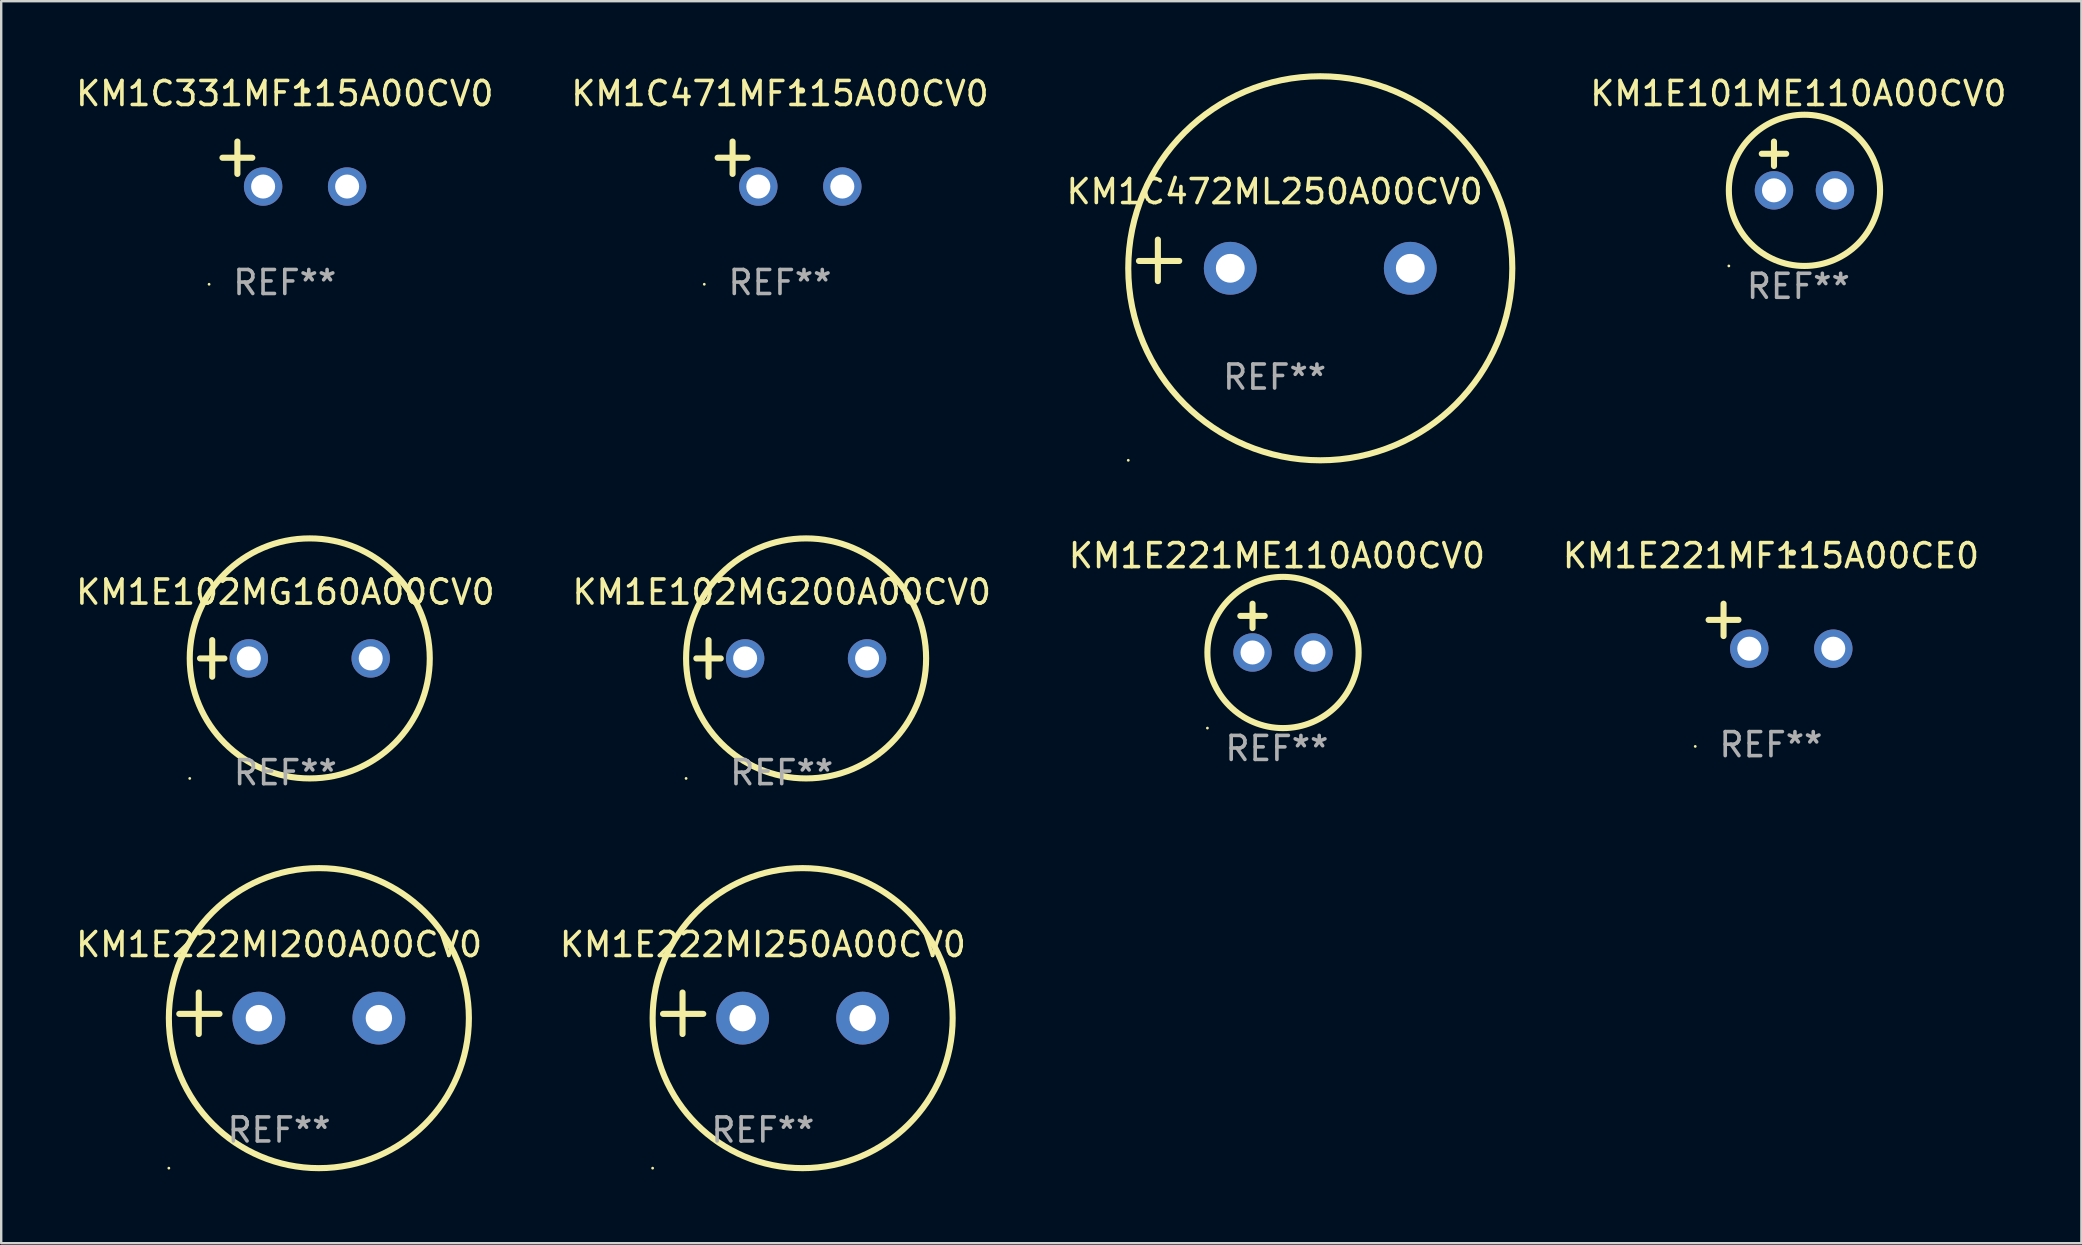
<source format=kicad_pcb>
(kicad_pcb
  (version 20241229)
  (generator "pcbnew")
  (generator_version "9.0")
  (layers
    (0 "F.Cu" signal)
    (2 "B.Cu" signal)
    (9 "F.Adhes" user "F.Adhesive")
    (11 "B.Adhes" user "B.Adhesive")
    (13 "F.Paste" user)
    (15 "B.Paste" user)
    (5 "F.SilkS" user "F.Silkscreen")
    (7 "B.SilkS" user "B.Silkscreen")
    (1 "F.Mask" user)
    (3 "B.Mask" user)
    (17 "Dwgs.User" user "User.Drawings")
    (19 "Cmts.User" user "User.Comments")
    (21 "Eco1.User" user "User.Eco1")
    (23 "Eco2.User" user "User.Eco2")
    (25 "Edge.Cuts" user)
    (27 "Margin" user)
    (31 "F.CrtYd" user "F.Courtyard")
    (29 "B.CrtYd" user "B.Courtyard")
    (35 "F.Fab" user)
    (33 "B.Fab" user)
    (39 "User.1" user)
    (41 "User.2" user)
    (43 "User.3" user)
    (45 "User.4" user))
  (footprint "KM1C472ML250A00CV0"
    (layer "F.Cu")
    (at 50.054 7.797)
    (property "Reference" "KM1C472ML250A00CV0" (at 0 -2.864 0) (layer "F.SilkS") (effects (font (size 1 1) (thickness 0.15))))
    (attr through_hole)
    (fp_line (start -4.864 0.864) (end -4.864 -0.864) (stroke (width 0.254) (type solid)) (layer "F.SilkS"))
    (fp_line (start -3.975 0.025) (end -5.652 0.025) (stroke (width 0.254) (type solid)) (layer "F.SilkS"))
    (fp_circle (center -6.098 8.33) (end -6.068 8.33) (stroke (width 0.06) (type solid)) (fill no) (layer "F.SilkS"))
    (fp_circle (center 1.902 0.33) (end 9.902 0.33) (stroke (width 0.254) (type solid)) (fill no) (layer "F.SilkS"))
    (fp_text user "REF**" (at 0 4.864 0) (layer "F.Fab") (effects (font (size 1 1) (thickness 0.15))))
    (pad "1" thru_hole circle (at -1.848 0.33) (size 2.2 2.2) (drill 1.2) (layers "*.Cu" "*.Mask"))
    (pad "2" thru_hole circle (at 5.652 0.33) (size 2.2 2.2) (drill 1.2) (layers "*.Cu" "*.Mask")))
  (footprint "KM1E221MF115A00CE0"
    (layer "F.Cu")
    (at 70.732 23.039)
    (property "Reference" "KM1E221MF115A00CE0" (at 0 -2.937 0) (layer "F.SilkS") (effects (font (size 1 1) (thickness 0.15))))
    (attr through_hole)
    (fp_line (start -1.975 0.41) (end -1.975 -0.937) (stroke (width 0.254) (type solid)) (layer "F.SilkS"))
    (fp_line (start -1.353 -0.263) (end -2.597 -0.263) (stroke (width 0.254) (type solid)) (layer "F.SilkS"))
    (fp_arc (start 0.849809 -3.063957) (mid 0.885369 -3.064114) (end 0.920929 -3.063957) (stroke (width 0.254001) (type solid)) (layer "F.SilkS"))
    (fp_circle (center -3.154 5.008) (end -3.124 5.008) (stroke (width 0.06) (type solid)) (fill no) (layer "F.SilkS"))
    (fp_text user "REF**" (at 0 4.937 0) (layer "F.Fab") (effects (font (size 1 1) (thickness 0.15))))
    (pad "1" thru_hole circle (at -0.903 0.937) (size 1.6 1.6) (drill 1) (layers "*.Cu" "*.Mask"))
    (pad "2" thru_hole circle (at 2.597 0.937) (size 1.6 1.6) (drill 1) (layers "*.Cu" "*.Mask")))
  (footprint "KM1E222MI250A00CV0"
    (layer "F.Cu")
    (at 28.732 39.165)
    (property "Reference" "KM1E222MI250A00CV0" (at 0 -2.864 0) (layer "F.SilkS") (effects (font (size 1 1) (thickness 0.15))))
    (attr through_hole)
    (fp_line (start -3.346 0.864) (end -3.346 -0.864) (stroke (width 0.254) (type solid)) (layer "F.SilkS"))
    (fp_line (start -2.482 0.025) (end -4.158 0.025) (stroke (width 0.254) (type solid)) (layer "F.SilkS"))
    (fp_circle (center -4.592 6.453) (end -4.562 6.453) (stroke (width 0.06) (type solid)) (fill no) (layer "F.SilkS"))
    (fp_circle (center 1.658 0.203) (end 7.908 0.203) (stroke (width 0.254) (type solid)) (fill no) (layer "F.SilkS"))
    (fp_text user "REF**" (at 0 4.864 0) (layer "F.Fab") (effects (font (size 1 1) (thickness 0.15))))
    (pad "1" thru_hole circle (at -0.842 0.203) (size 2.2 2.2) (drill 1.1) (layers "*.Cu" "*.Mask"))
    (pad "2" thru_hole circle (at 4.158 0.203) (size 2.2 2.2) (drill 1.1) (layers "*.Cu" "*.Mask")))
  (footprint "KM1C471MF115A00CV0"
    (layer "F.Cu")
    (at 29.446 3.785)
    (property "Reference" "KM1C471MF115A00CV0" (at 0 -2.937 0) (layer "F.SilkS") (effects (font (size 1 1) (thickness 0.15))))
    (attr through_hole)
    (fp_line (start -1.975 0.41) (end -1.975 -0.937) (stroke (width 0.254) (type solid)) (layer "F.SilkS"))
    (fp_line (start -1.353 -0.263) (end -2.597 -0.263) (stroke (width 0.254) (type solid)) (layer "F.SilkS"))
    (fp_arc (start 0.849809 -3.063957) (mid 0.885369 -3.064114) (end 0.920929 -3.063957) (stroke (width 0.254001) (type solid)) (layer "F.SilkS"))
    (fp_circle (center -3.154 5.008) (end -3.124 5.008) (stroke (width 0.06) (type solid)) (fill no) (layer "F.SilkS"))
    (fp_text user "REF**" (at 0 4.937 0) (layer "F.Fab") (effects (font (size 1 1) (thickness 0.15))))
    (pad "1" thru_hole circle (at -0.903 0.937) (size 1.6 1.6) (drill 1) (layers "*.Cu" "*.Mask"))
    (pad "2" thru_hole circle (at 2.597 0.937) (size 1.6 1.6) (drill 1) (layers "*.Cu" "*.Mask")))
  (footprint "KM1E102MG160A00CV0"
    (layer "F.Cu")
    (at 8.839 24.381)
    (property "Reference" "KM1E102MG160A00CV0" (at 0 -2.762 0) (layer "F.SilkS") (effects (font (size 1 1) (thickness 0.15))))
    (attr through_hole)
    (fp_line (start -3.556 0) (end -2.54 0) (stroke (width 0.254) (type solid)) (layer "F.SilkS"))
    (fp_line (start -3.048 -0.762) (end -3.048 0.762) (stroke (width 0.254) (type solid)) (layer "F.SilkS"))
    (fp_circle (center -3.984 5) (end -3.954 5) (stroke (width 0.06) (type solid)) (fill no) (layer "F.SilkS"))
    (fp_circle (center 1.016 0) (end 6.016 0) (stroke (width 0.254) (type solid)) (fill no) (layer "F.SilkS"))
    (fp_text user "REF**" (at 0 4.762 0) (layer "F.Fab") (effects (font (size 1 1) (thickness 0.15))))
    (pad "1" thru_hole circle (at -1.524 0) (size 1.6 1.6) (drill 1) (layers "*.Cu" "*.Mask"))
    (pad "2" thru_hole circle (at 3.556 0) (size 1.6 1.6) (drill 1) (layers "*.Cu" "*.Mask")))
  (footprint "KM1E101ME110A00CV0"
    (layer "F.Cu")
    (at 71.874 3.864)
    (property "Reference" "KM1E101ME110A00CV0" (at 0 -3.016 0) (layer "F.SilkS") (effects (font (size 1 1) (thickness 0.15))))
    (attr through_hole)
    (fp_line (start -1.524 -0.508) (end -0.508 -0.508) (stroke (width 0.254) (type solid)) (layer "F.SilkS"))
    (fp_line (start -1.016 -1.016) (end -1.016 0) (stroke (width 0.254) (type solid)) (layer "F.SilkS"))
    (fp_circle (center -2.896 4.166) (end -2.866 4.166) (stroke (width 0.06) (type solid)) (fill no) (layer "F.SilkS"))
    (fp_circle (center 0.254 1.016) (end 3.404 1.016) (stroke (width 0.254) (type solid)) (fill no) (layer "F.SilkS"))
    (fp_text user "REF**" (at 0 5.016 0) (layer "F.Fab") (effects (font (size 1 1) (thickness 0.15))))
    (pad "1" thru_hole circle (at -1.016 1.016) (size 1.6 1.6) (drill 1) (layers "*.Cu" "*.Mask"))
    (pad "2" thru_hole circle (at 1.524 1.016) (size 1.6 1.6) (drill 1) (layers "*.Cu" "*.Mask")))
  (footprint "KM1E102MG200A00CV0"
    (layer "F.Cu")
    (at 29.518 24.381)
    (property "Reference" "KM1E102MG200A00CV0" (at 0 -2.762 0) (layer "F.SilkS") (effects (font (size 1 1) (thickness 0.15))))
    (attr through_hole)
    (fp_line (start -3.556 0) (end -2.54 0) (stroke (width 0.254) (type solid)) (layer "F.SilkS"))
    (fp_line (start -3.048 -0.762) (end -3.048 0.762) (stroke (width 0.254) (type solid)) (layer "F.SilkS"))
    (fp_circle (center -3.984 5) (end -3.954 5) (stroke (width 0.06) (type solid)) (fill no) (layer "F.SilkS"))
    (fp_circle (center 1.016 0) (end 6.016 0) (stroke (width 0.254) (type solid)) (fill no) (layer "F.SilkS"))
    (fp_text user "REF**" (at 0 4.762 0) (layer "F.Fab") (effects (font (size 1 1) (thickness 0.15))))
    (pad "1" thru_hole circle (at -1.524 0) (size 1.6 1.6) (drill 1) (layers "*.Cu" "*.Mask"))
    (pad "2" thru_hole circle (at 3.556 0) (size 1.6 1.6) (drill 1) (layers "*.Cu" "*.Mask")))
  (footprint "KM1E222MI200A00CV0"
    (layer "F.Cu")
    (at 8.577 39.165)
    (property "Reference" "KM1E222MI200A00CV0" (at 0 -2.864 0) (layer "F.SilkS") (effects (font (size 1 1) (thickness 0.15))))
    (attr through_hole)
    (fp_line (start -3.346 0.864) (end -3.346 -0.864) (stroke (width 0.254) (type solid)) (layer "F.SilkS"))
    (fp_line (start -2.482 0.025) (end -4.158 0.025) (stroke (width 0.254) (type solid)) (layer "F.SilkS"))
    (fp_circle (center -4.592 6.453) (end -4.562 6.453) (stroke (width 0.06) (type solid)) (fill no) (layer "F.SilkS"))
    (fp_circle (center 1.658 0.203) (end 7.908 0.203) (stroke (width 0.254) (type solid)) (fill no) (layer "F.SilkS"))
    (fp_text user "REF**" (at 0 4.864 0) (layer "F.Fab") (effects (font (size 1 1) (thickness 0.15))))
    (pad "1" thru_hole circle (at -0.842 0.203) (size 2.2 2.2) (drill 1.1) (layers "*.Cu" "*.Mask"))
    (pad "2" thru_hole circle (at 4.158 0.203) (size 2.2 2.2) (drill 1.1) (layers "*.Cu" "*.Mask")))
  (footprint "KM1E221ME110A00CV0"
    (layer "F.Cu")
    (at 50.149 23.118)
    (property "Reference" "KM1E221ME110A00CV0" (at 0 -3.016 0) (layer "F.SilkS") (effects (font (size 1 1) (thickness 0.15))))
    (attr through_hole)
    (fp_line (start -1.524 -0.508) (end -0.508 -0.508) (stroke (width 0.254) (type solid)) (layer "F.SilkS"))
    (fp_line (start -1.016 -1.016) (end -1.016 0) (stroke (width 0.254) (type solid)) (layer "F.SilkS"))
    (fp_circle (center -2.896 4.166) (end -2.866 4.166) (stroke (width 0.06) (type solid)) (fill no) (layer "F.SilkS"))
    (fp_circle (center 0.254 1.016) (end 3.404 1.016) (stroke (width 0.254) (type solid)) (fill no) (layer "F.SilkS"))
    (fp_text user "REF**" (at 0 5.016 0) (layer "F.Fab") (effects (font (size 1 1) (thickness 0.15))))
    (pad "1" thru_hole circle (at -1.016 1.016) (size 1.6 1.6) (drill 1) (layers "*.Cu" "*.Mask"))
    (pad "2" thru_hole circle (at 1.524 1.016) (size 1.6 1.6) (drill 1) (layers "*.Cu" "*.Mask")))
  (footprint "KM1C331MF115A00CV0"
    (layer "F.Cu")
    (at 8.815 3.785)
    (property "Reference" "KM1C331MF115A00CV0" (at 0 -2.937 0) (layer "F.SilkS") (effects (font (size 1 1) (thickness 0.15))))
    (attr through_hole)
    (fp_line (start -1.975 0.41) (end -1.975 -0.937) (stroke (width 0.254) (type solid)) (layer "F.SilkS"))
    (fp_line (start -1.353 -0.263) (end -2.597 -0.263) (stroke (width 0.254) (type solid)) (layer "F.SilkS"))
    (fp_arc (start 0.849809 -3.063957) (mid 0.885369 -3.064114) (end 0.920929 -3.063957) (stroke (width 0.254001) (type solid)) (layer "F.SilkS"))
    (fp_circle (center -3.154 5.008) (end -3.124 5.008) (stroke (width 0.06) (type solid)) (fill no) (layer "F.SilkS"))
    (fp_text user "REF**" (at 0 4.937 0) (layer "F.Fab") (effects (font (size 1 1) (thickness 0.15))))
    (pad "1" thru_hole circle (at -0.903 0.937) (size 1.6 1.6) (drill 1) (layers "*.Cu" "*.Mask"))
    (pad "2" thru_hole circle (at 2.597 0.937) (size 1.6 1.6) (drill 1) (layers "*.Cu" "*.Mask")))
  (gr_rect
    (start -3 -3)
    (end 83.666 48.745)
    (stroke (width 0.1) (type default))
    (fill no)
    (layer "Edge.Cuts")))
</source>
